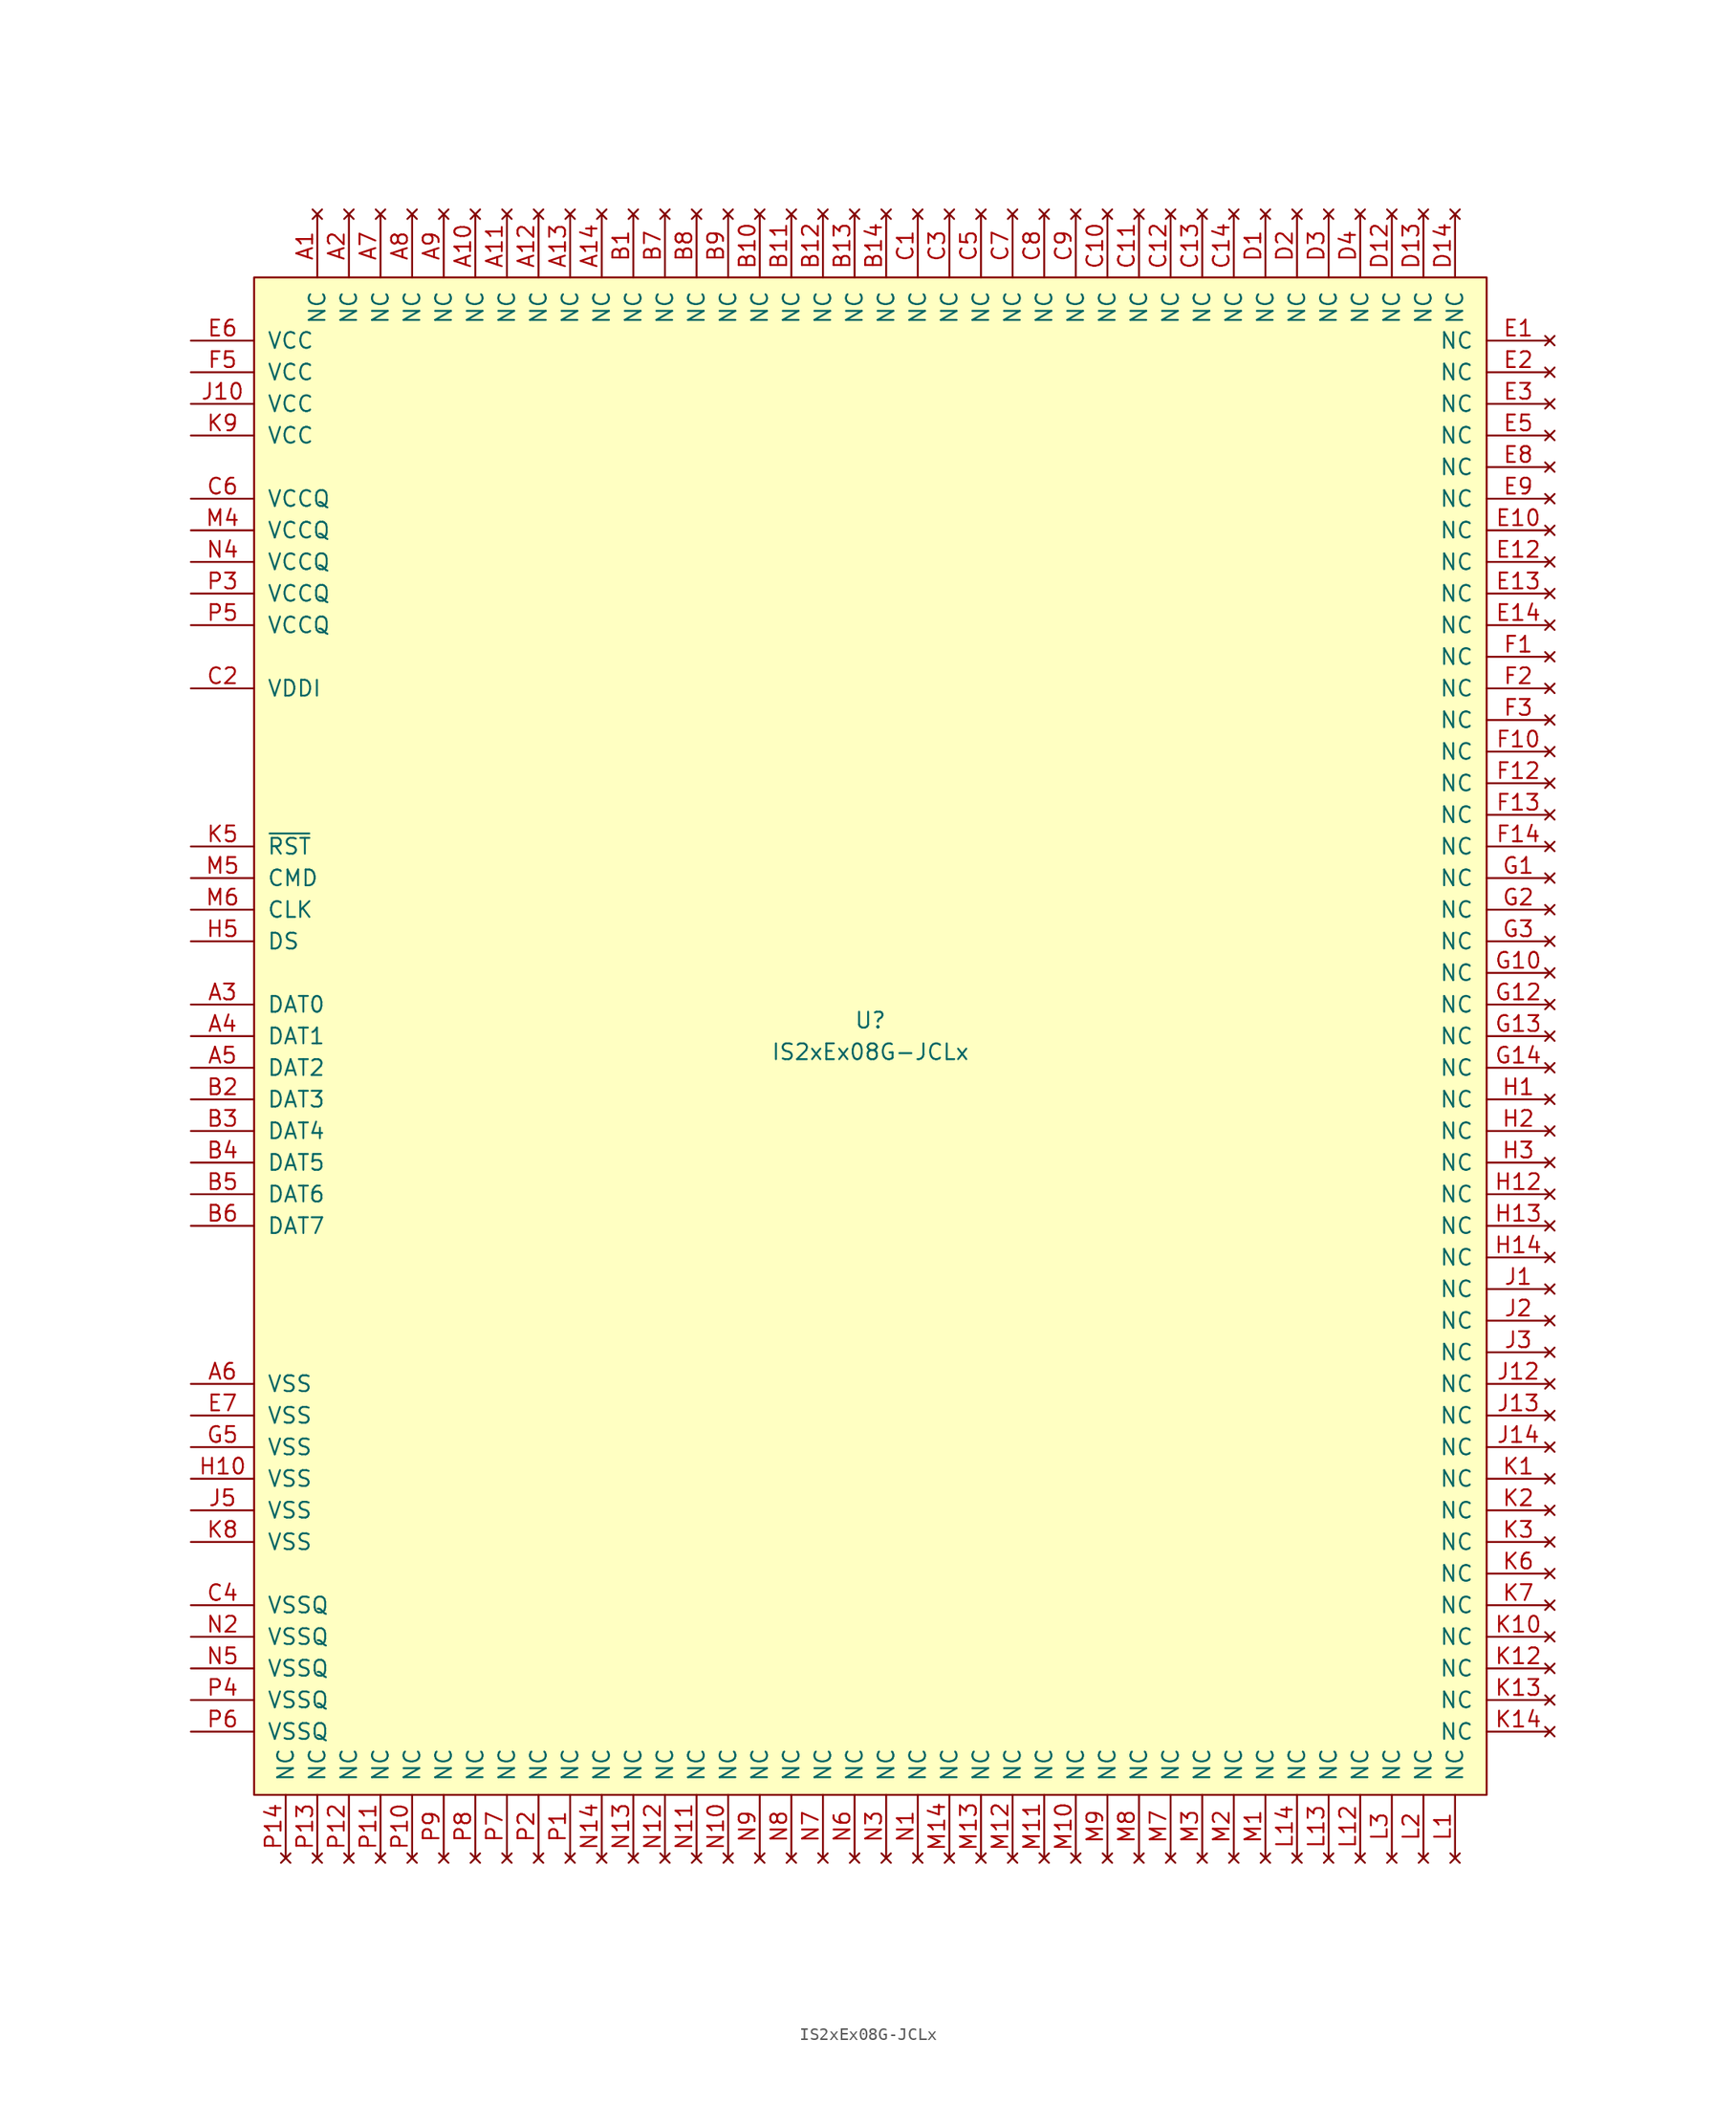
<source format=kicad_sym>
(kicad_symbol_lib
  (version 20211014)
  (generator kicad_symbol_editor)
  (symbol "IS2xEx08G-JCLx"
    (pin_names
      (offset 1.016))
    (property "Reference" "U"
      (at 0 1.27 0)
      (effects (font (size 1.27 1.27))))
    (property "Value" "IS2xEx08G-JCLx"
      (at 0 -1.27 0)
      (effects (font (size 1.27 1.27))))
    (symbol "IS2xEx08G-JCLx_0_1"
      (rectangle (start -49.53 60.96) (end 49.53 -60.96) (stroke (width 0) (type default) (color 0 0 0 0)) (fill (type background))))
    (symbol "IS2xEx08G-JCLx_1_1"
      (pin no_connect line (at -44.45 66.04 270) (length 5.08) (name "NC" (effects (font (size 1.27 1.27)))) (number "A1" (effects (font (size 1.27 1.27)))))
      (pin no_connect line (at -31.75 66.04 270) (length 5.08) (name "NC" (effects (font (size 1.27 1.27)))) (number "A10" (effects (font (size 1.27 1.27)))))
      (pin no_connect line (at -29.21 66.04 270) (length 5.08) (name "NC" (effects (font (size 1.27 1.27)))) (number "A11" (effects (font (size 1.27 1.27)))))
      (pin no_connect line (at -26.67 66.04 270) (length 5.08) (name "NC" (effects (font (size 1.27 1.27)))) (number "A12" (effects (font (size 1.27 1.27)))))
      (pin no_connect line (at -24.13 66.04 270) (length 5.08) (name "NC" (effects (font (size 1.27 1.27)))) (number "A13" (effects (font (size 1.27 1.27)))))
      (pin no_connect line (at -21.59 66.04 270) (length 5.08) (name "NC" (effects (font (size 1.27 1.27)))) (number "A14" (effects (font (size 1.27 1.27)))))
      (pin no_connect line (at -41.91 66.04 270) (length 5.08) (name "NC" (effects (font (size 1.27 1.27)))) (number "A2" (effects (font (size 1.27 1.27)))))
      (pin bidirectional line (at -54.61 2.54 0) (length 5.08) (name "DAT0" (effects (font (size 1.27 1.27)))) (number "A3" (effects (font (size 1.27 1.27)))))
      (pin bidirectional line (at -54.61 0 0) (length 5.08) (name "DAT1" (effects (font (size 1.27 1.27)))) (number "A4" (effects (font (size 1.27 1.27)))))
      (pin bidirectional line (at -54.61 -2.54 0) (length 5.08) (name "DAT2" (effects (font (size 1.27 1.27)))) (number "A5" (effects (font (size 1.27 1.27)))))
      (pin power_in line (at -54.61 -27.94 0) (length 5.08) (name "VSS" (effects (font (size 1.27 1.27)))) (number "A6" (effects (font (size 1.27 1.27)))))
      (pin no_connect line (at -39.37 66.04 270) (length 5.08) (name "NC" (effects (font (size 1.27 1.27)))) (number "A7" (effects (font (size 1.27 1.27)))))
      (pin no_connect line (at -36.83 66.04 270) (length 5.08) (name "NC" (effects (font (size 1.27 1.27)))) (number "A8" (effects (font (size 1.27 1.27)))))
      (pin no_connect line (at -34.29 66.04 270) (length 5.08) (name "NC" (effects (font (size 1.27 1.27)))) (number "A9" (effects (font (size 1.27 1.27)))))
      (pin no_connect line (at -19.05 66.04 270) (length 5.08) (name "NC" (effects (font (size 1.27 1.27)))) (number "B1" (effects (font (size 1.27 1.27)))))
      (pin no_connect line (at -8.89 66.04 270) (length 5.08) (name "NC" (effects (font (size 1.27 1.27)))) (number "B10" (effects (font (size 1.27 1.27)))))
      (pin no_connect line (at -6.35 66.04 270) (length 5.08) (name "NC" (effects (font (size 1.27 1.27)))) (number "B11" (effects (font (size 1.27 1.27)))))
      (pin no_connect line (at -3.81 66.04 270) (length 5.08) (name "NC" (effects (font (size 1.27 1.27)))) (number "B12" (effects (font (size 1.27 1.27)))))
      (pin no_connect line (at -1.27 66.04 270) (length 5.08) (name "NC" (effects (font (size 1.27 1.27)))) (number "B13" (effects (font (size 1.27 1.27)))))
      (pin no_connect line (at 1.27 66.04 270) (length 5.08) (name "NC" (effects (font (size 1.27 1.27)))) (number "B14" (effects (font (size 1.27 1.27)))))
      (pin bidirectional line (at -54.61 -5.08 0) (length 5.08) (name "DAT3" (effects (font (size 1.27 1.27)))) (number "B2" (effects (font (size 1.27 1.27)))))
      (pin bidirectional line (at -54.61 -7.62 0) (length 5.08) (name "DAT4" (effects (font (size 1.27 1.27)))) (number "B3" (effects (font (size 1.27 1.27)))))
      (pin bidirectional line (at -54.61 -10.16 0) (length 5.08) (name "DAT5" (effects (font (size 1.27 1.27)))) (number "B4" (effects (font (size 1.27 1.27)))))
      (pin bidirectional line (at -54.61 -12.7 0) (length 5.08) (name "DAT6" (effects (font (size 1.27 1.27)))) (number "B5" (effects (font (size 1.27 1.27)))))
      (pin bidirectional line (at -54.61 -15.24 0) (length 5.08) (name "DAT7" (effects (font (size 1.27 1.27)))) (number "B6" (effects (font (size 1.27 1.27)))))
      (pin no_connect line (at -16.51 66.04 270) (length 5.08) (name "NC" (effects (font (size 1.27 1.27)))) (number "B7" (effects (font (size 1.27 1.27)))))
      (pin no_connect line (at -13.97 66.04 270) (length 5.08) (name "NC" (effects (font (size 1.27 1.27)))) (number "B8" (effects (font (size 1.27 1.27)))))
      (pin no_connect line (at -11.43 66.04 270) (length 5.08) (name "NC" (effects (font (size 1.27 1.27)))) (number "B9" (effects (font (size 1.27 1.27)))))
      (pin no_connect line (at 3.81 66.04 270) (length 5.08) (name "NC" (effects (font (size 1.27 1.27)))) (number "C1" (effects (font (size 1.27 1.27)))))
      (pin no_connect line (at 19.05 66.04 270) (length 5.08) (name "NC" (effects (font (size 1.27 1.27)))) (number "C10" (effects (font (size 1.27 1.27)))))
      (pin no_connect line (at 21.59 66.04 270) (length 5.08) (name "NC" (effects (font (size 1.27 1.27)))) (number "C11" (effects (font (size 1.27 1.27)))))
      (pin no_connect line (at 24.13 66.04 270) (length 5.08) (name "NC" (effects (font (size 1.27 1.27)))) (number "C12" (effects (font (size 1.27 1.27)))))
      (pin no_connect line (at 26.67 66.04 270) (length 5.08) (name "NC" (effects (font (size 1.27 1.27)))) (number "C13" (effects (font (size 1.27 1.27)))))
      (pin no_connect line (at 29.21 66.04 270) (length 5.08) (name "NC" (effects (font (size 1.27 1.27)))) (number "C14" (effects (font (size 1.27 1.27)))))
      (pin power_out line (at -54.61 27.94 0) (length 5.08) (name "VDDI" (effects (font (size 1.27 1.27)))) (number "C2" (effects (font (size 1.27 1.27)))))
      (pin no_connect line (at 6.35 66.04 270) (length 5.08) (name "NC" (effects (font (size 1.27 1.27)))) (number "C3" (effects (font (size 1.27 1.27)))))
      (pin power_in line (at -54.61 -45.72 0) (length 5.08) (name "VSSQ" (effects (font (size 1.27 1.27)))) (number "C4" (effects (font (size 1.27 1.27)))))
      (pin no_connect line (at 8.89 66.04 270) (length 5.08) (name "NC" (effects (font (size 1.27 1.27)))) (number "C5" (effects (font (size 1.27 1.27)))))
      (pin power_in line (at -54.61 43.18 0) (length 5.08) (name "VCCQ" (effects (font (size 1.27 1.27)))) (number "C6" (effects (font (size 1.27 1.27)))))
      (pin no_connect line (at 11.43 66.04 270) (length 5.08) (name "NC" (effects (font (size 1.27 1.27)))) (number "C7" (effects (font (size 1.27 1.27)))))
      (pin no_connect line (at 13.97 66.04 270) (length 5.08) (name "NC" (effects (font (size 1.27 1.27)))) (number "C8" (effects (font (size 1.27 1.27)))))
      (pin no_connect line (at 16.51 66.04 270) (length 5.08) (name "NC" (effects (font (size 1.27 1.27)))) (number "C9" (effects (font (size 1.27 1.27)))))
      (pin no_connect line (at 31.75 66.04 270) (length 5.08) (name "NC" (effects (font (size 1.27 1.27)))) (number "D1" (effects (font (size 1.27 1.27)))))
      (pin no_connect line (at 41.91 66.04 270) (length 5.08) (name "NC" (effects (font (size 1.27 1.27)))) (number "D12" (effects (font (size 1.27 1.27)))))
      (pin no_connect line (at 44.45 66.04 270) (length 5.08) (name "NC" (effects (font (size 1.27 1.27)))) (number "D13" (effects (font (size 1.27 1.27)))))
      (pin no_connect line (at 46.99 66.04 270) (length 5.08) (name "NC" (effects (font (size 1.27 1.27)))) (number "D14" (effects (font (size 1.27 1.27)))))
      (pin no_connect line (at 34.29 66.04 270) (length 5.08) (name "NC" (effects (font (size 1.27 1.27)))) (number "D2" (effects (font (size 1.27 1.27)))))
      (pin no_connect line (at 36.83 66.04 270) (length 5.08) (name "NC" (effects (font (size 1.27 1.27)))) (number "D3" (effects (font (size 1.27 1.27)))))
      (pin no_connect line (at 39.37 66.04 270) (length 5.08) (name "NC" (effects (font (size 1.27 1.27)))) (number "D4" (effects (font (size 1.27 1.27)))))
      (pin no_connect line (at 54.61 55.88 180) (length 5.08) (name "NC" (effects (font (size 1.27 1.27)))) (number "E1" (effects (font (size 1.27 1.27)))))
      (pin no_connect line (at 54.61 40.64 180) (length 5.08) (name "NC" (effects (font (size 1.27 1.27)))) (number "E10" (effects (font (size 1.27 1.27)))))
      (pin no_connect line (at 54.61 38.1 180) (length 5.08) (name "NC" (effects (font (size 1.27 1.27)))) (number "E12" (effects (font (size 1.27 1.27)))))
      (pin no_connect line (at 54.61 35.56 180) (length 5.08) (name "NC" (effects (font (size 1.27 1.27)))) (number "E13" (effects (font (size 1.27 1.27)))))
      (pin no_connect line (at 54.61 33.02 180) (length 5.08) (name "NC" (effects (font (size 1.27 1.27)))) (number "E14" (effects (font (size 1.27 1.27)))))
      (pin no_connect line (at 54.61 53.34 180) (length 5.08) (name "NC" (effects (font (size 1.27 1.27)))) (number "E2" (effects (font (size 1.27 1.27)))))
      (pin no_connect line (at 54.61 50.8 180) (length 5.08) (name "NC" (effects (font (size 1.27 1.27)))) (number "E3" (effects (font (size 1.27 1.27)))))
      (pin no_connect line (at 54.61 48.26 180) (length 5.08) (name "NC" (effects (font (size 1.27 1.27)))) (number "E5" (effects (font (size 1.27 1.27)))))
      (pin power_in line (at -54.61 55.88 0) (length 5.08) (name "VCC" (effects (font (size 1.27 1.27)))) (number "E6" (effects (font (size 1.27 1.27)))))
      (pin power_in line (at -54.61 -30.48 0) (length 5.08) (name "VSS" (effects (font (size 1.27 1.27)))) (number "E7" (effects (font (size 1.27 1.27)))))
      (pin no_connect line (at 54.61 45.72 180) (length 5.08) (name "NC" (effects (font (size 1.27 1.27)))) (number "E8" (effects (font (size 1.27 1.27)))))
      (pin no_connect line (at 54.61 43.18 180) (length 5.08) (name "NC" (effects (font (size 1.27 1.27)))) (number "E9" (effects (font (size 1.27 1.27)))))
      (pin no_connect line (at 54.61 30.48 180) (length 5.08) (name "NC" (effects (font (size 1.27 1.27)))) (number "F1" (effects (font (size 1.27 1.27)))))
      (pin no_connect line (at 54.61 22.86 180) (length 5.08) (name "NC" (effects (font (size 1.27 1.27)))) (number "F10" (effects (font (size 1.27 1.27)))))
      (pin no_connect line (at 54.61 20.32 180) (length 5.08) (name "NC" (effects (font (size 1.27 1.27)))) (number "F12" (effects (font (size 1.27 1.27)))))
      (pin no_connect line (at 54.61 17.78 180) (length 5.08) (name "NC" (effects (font (size 1.27 1.27)))) (number "F13" (effects (font (size 1.27 1.27)))))
      (pin no_connect line (at 54.61 15.24 180) (length 5.08) (name "NC" (effects (font (size 1.27 1.27)))) (number "F14" (effects (font (size 1.27 1.27)))))
      (pin no_connect line (at 54.61 27.94 180) (length 5.08) (name "NC" (effects (font (size 1.27 1.27)))) (number "F2" (effects (font (size 1.27 1.27)))))
      (pin no_connect line (at 54.61 25.4 180) (length 5.08) (name "NC" (effects (font (size 1.27 1.27)))) (number "F3" (effects (font (size 1.27 1.27)))))
      (pin power_in line (at -54.61 53.34 0) (length 5.08) (name "VCC" (effects (font (size 1.27 1.27)))) (number "F5" (effects (font (size 1.27 1.27)))))
      (pin no_connect line (at 54.61 12.7 180) (length 5.08) (name "NC" (effects (font (size 1.27 1.27)))) (number "G1" (effects (font (size 1.27 1.27)))))
      (pin no_connect line (at 54.61 5.08 180) (length 5.08) (name "NC" (effects (font (size 1.27 1.27)))) (number "G10" (effects (font (size 1.27 1.27)))))
      (pin no_connect line (at 54.61 2.54 180) (length 5.08) (name "NC" (effects (font (size 1.27 1.27)))) (number "G12" (effects (font (size 1.27 1.27)))))
      (pin no_connect line (at 54.61 0 180) (length 5.08) (name "NC" (effects (font (size 1.27 1.27)))) (number "G13" (effects (font (size 1.27 1.27)))))
      (pin no_connect line (at 54.61 -2.54 180) (length 5.08) (name "NC" (effects (font (size 1.27 1.27)))) (number "G14" (effects (font (size 1.27 1.27)))))
      (pin no_connect line (at 54.61 10.16 180) (length 5.08) (name "NC" (effects (font (size 1.27 1.27)))) (number "G2" (effects (font (size 1.27 1.27)))))
      (pin no_connect line (at 54.61 7.62 180) (length 5.08) (name "NC" (effects (font (size 1.27 1.27)))) (number "G3" (effects (font (size 1.27 1.27)))))
      (pin power_in line (at -54.61 -33.02 0) (length 5.08) (name "VSS" (effects (font (size 1.27 1.27)))) (number "G5" (effects (font (size 1.27 1.27)))))
      (pin no_connect line (at 54.61 -5.08 180) (length 5.08) (name "NC" (effects (font (size 1.27 1.27)))) (number "H1" (effects (font (size 1.27 1.27)))))
      (pin power_in line (at -54.61 -35.56 0) (length 5.08) (name "VSS" (effects (font (size 1.27 1.27)))) (number "H10" (effects (font (size 1.27 1.27)))))
      (pin no_connect line (at 54.61 -12.7 180) (length 5.08) (name "NC" (effects (font (size 1.27 1.27)))) (number "H12" (effects (font (size 1.27 1.27)))))
      (pin no_connect line (at 54.61 -15.24 180) (length 5.08) (name "NC" (effects (font (size 1.27 1.27)))) (number "H13" (effects (font (size 1.27 1.27)))))
      (pin no_connect line (at 54.61 -17.78 180) (length 5.08) (name "NC" (effects (font (size 1.27 1.27)))) (number "H14" (effects (font (size 1.27 1.27)))))
      (pin no_connect line (at 54.61 -7.62 180) (length 5.08) (name "NC" (effects (font (size 1.27 1.27)))) (number "H2" (effects (font (size 1.27 1.27)))))
      (pin no_connect line (at 54.61 -10.16 180) (length 5.08) (name "NC" (effects (font (size 1.27 1.27)))) (number "H3" (effects (font (size 1.27 1.27)))))
      (pin output line (at -54.61 7.62 0) (length 5.08) (name "DS" (effects (font (size 1.27 1.27)))) (number "H5" (effects (font (size 1.27 1.27)))))
      (pin no_connect line (at 54.61 -20.32 180) (length 5.08) (name "NC" (effects (font (size 1.27 1.27)))) (number "J1" (effects (font (size 1.27 1.27)))))
      (pin power_in line (at -54.61 50.8 0) (length 5.08) (name "VCC" (effects (font (size 1.27 1.27)))) (number "J10" (effects (font (size 1.27 1.27)))))
      (pin no_connect line (at 54.61 -27.94 180) (length 5.08) (name "NC" (effects (font (size 1.27 1.27)))) (number "J12" (effects (font (size 1.27 1.27)))))
      (pin no_connect line (at 54.61 -30.48 180) (length 5.08) (name "NC" (effects (font (size 1.27 1.27)))) (number "J13" (effects (font (size 1.27 1.27)))))
      (pin no_connect line (at 54.61 -33.02 180) (length 5.08) (name "NC" (effects (font (size 1.27 1.27)))) (number "J14" (effects (font (size 1.27 1.27)))))
      (pin no_connect line (at 54.61 -22.86 180) (length 5.08) (name "NC" (effects (font (size 1.27 1.27)))) (number "J2" (effects (font (size 1.27 1.27)))))
      (pin no_connect line (at 54.61 -25.4 180) (length 5.08) (name "NC" (effects (font (size 1.27 1.27)))) (number "J3" (effects (font (size 1.27 1.27)))))
      (pin power_in line (at -54.61 -38.1 0) (length 5.08) (name "VSS" (effects (font (size 1.27 1.27)))) (number "J5" (effects (font (size 1.27 1.27)))))
      (pin no_connect line (at 54.61 -35.56 180) (length 5.08) (name "NC" (effects (font (size 1.27 1.27)))) (number "K1" (effects (font (size 1.27 1.27)))))
      (pin no_connect line (at 54.61 -48.26 180) (length 5.08) (name "NC" (effects (font (size 1.27 1.27)))) (number "K10" (effects (font (size 1.27 1.27)))))
      (pin no_connect line (at 54.61 -50.8 180) (length 5.08) (name "NC" (effects (font (size 1.27 1.27)))) (number "K12" (effects (font (size 1.27 1.27)))))
      (pin no_connect line (at 54.61 -53.34 180) (length 5.08) (name "NC" (effects (font (size 1.27 1.27)))) (number "K13" (effects (font (size 1.27 1.27)))))
      (pin no_connect line (at 54.61 -55.88 180) (length 5.08) (name "NC" (effects (font (size 1.27 1.27)))) (number "K14" (effects (font (size 1.27 1.27)))))
      (pin no_connect line (at 54.61 -38.1 180) (length 5.08) (name "NC" (effects (font (size 1.27 1.27)))) (number "K2" (effects (font (size 1.27 1.27)))))
      (pin no_connect line (at 54.61 -40.64 180) (length 5.08) (name "NC" (effects (font (size 1.27 1.27)))) (number "K3" (effects (font (size 1.27 1.27)))))
      (pin input line (at -54.61 15.24 0) (length 5.08) (name "~{RST}" (effects (font (size 1.27 1.27)))) (number "K5" (effects (font (size 1.27 1.27)))))
      (pin no_connect line (at 54.61 -43.18 180) (length 5.08) (name "NC" (effects (font (size 1.27 1.27)))) (number "K6" (effects (font (size 1.27 1.27)))))
      (pin no_connect line (at 54.61 -45.72 180) (length 5.08) (name "NC" (effects (font (size 1.27 1.27)))) (number "K7" (effects (font (size 1.27 1.27)))))
      (pin power_in line (at -54.61 -40.64 0) (length 5.08) (name "VSS" (effects (font (size 1.27 1.27)))) (number "K8" (effects (font (size 1.27 1.27)))))
      (pin power_in line (at -54.61 48.26 0) (length 5.08) (name "VCC" (effects (font (size 1.27 1.27)))) (number "K9" (effects (font (size 1.27 1.27)))))
      (pin no_connect line (at 46.99 -66.04 90) (length 5.08) (name "NC" (effects (font (size 1.27 1.27)))) (number "L1" (effects (font (size 1.27 1.27)))))
      (pin no_connect line (at 39.37 -66.04 90) (length 5.08) (name "NC" (effects (font (size 1.27 1.27)))) (number "L12" (effects (font (size 1.27 1.27)))))
      (pin no_connect line (at 36.83 -66.04 90) (length 5.08) (name "NC" (effects (font (size 1.27 1.27)))) (number "L13" (effects (font (size 1.27 1.27)))))
      (pin no_connect line (at 34.29 -66.04 90) (length 5.08) (name "NC" (effects (font (size 1.27 1.27)))) (number "L14" (effects (font (size 1.27 1.27)))))
      (pin no_connect line (at 44.45 -66.04 90) (length 5.08) (name "NC" (effects (font (size 1.27 1.27)))) (number "L2" (effects (font (size 1.27 1.27)))))
      (pin no_connect line (at 41.91 -66.04 90) (length 5.08) (name "NC" (effects (font (size 1.27 1.27)))) (number "L3" (effects (font (size 1.27 1.27)))))
      (pin no_connect line (at 31.75 -66.04 90) (length 5.08) (name "NC" (effects (font (size 1.27 1.27)))) (number "M1" (effects (font (size 1.27 1.27)))))
      (pin no_connect line (at 16.51 -66.04 90) (length 5.08) (name "NC" (effects (font (size 1.27 1.27)))) (number "M10" (effects (font (size 1.27 1.27)))))
      (pin no_connect line (at 13.97 -66.04 90) (length 5.08) (name "NC" (effects (font (size 1.27 1.27)))) (number "M11" (effects (font (size 1.27 1.27)))))
      (pin no_connect line (at 11.43 -66.04 90) (length 5.08) (name "NC" (effects (font (size 1.27 1.27)))) (number "M12" (effects (font (size 1.27 1.27)))))
      (pin no_connect line (at 8.89 -66.04 90) (length 5.08) (name "NC" (effects (font (size 1.27 1.27)))) (number "M13" (effects (font (size 1.27 1.27)))))
      (pin no_connect line (at 6.35 -66.04 90) (length 5.08) (name "NC" (effects (font (size 1.27 1.27)))) (number "M14" (effects (font (size 1.27 1.27)))))
      (pin no_connect line (at 29.21 -66.04 90) (length 5.08) (name "NC" (effects (font (size 1.27 1.27)))) (number "M2" (effects (font (size 1.27 1.27)))))
      (pin no_connect line (at 26.67 -66.04 90) (length 5.08) (name "NC" (effects (font (size 1.27 1.27)))) (number "M3" (effects (font (size 1.27 1.27)))))
      (pin power_in line (at -54.61 40.64 0) (length 5.08) (name "VCCQ" (effects (font (size 1.27 1.27)))) (number "M4" (effects (font (size 1.27 1.27)))))
      (pin bidirectional line (at -54.61 12.7 0) (length 5.08) (name "CMD" (effects (font (size 1.27 1.27)))) (number "M5" (effects (font (size 1.27 1.27)))))
      (pin input line (at -54.61 10.16 0) (length 5.08) (name "CLK" (effects (font (size 1.27 1.27)))) (number "M6" (effects (font (size 1.27 1.27)))))
      (pin no_connect line (at 24.13 -66.04 90) (length 5.08) (name "NC" (effects (font (size 1.27 1.27)))) (number "M7" (effects (font (size 1.27 1.27)))))
      (pin no_connect line (at 21.59 -66.04 90) (length 5.08) (name "NC" (effects (font (size 1.27 1.27)))) (number "M8" (effects (font (size 1.27 1.27)))))
      (pin no_connect line (at 19.05 -66.04 90) (length 5.08) (name "NC" (effects (font (size 1.27 1.27)))) (number "M9" (effects (font (size 1.27 1.27)))))
      (pin no_connect line (at 3.81 -66.04 90) (length 5.08) (name "NC" (effects (font (size 1.27 1.27)))) (number "N1" (effects (font (size 1.27 1.27)))))
      (pin no_connect line (at -11.43 -66.04 90) (length 5.08) (name "NC" (effects (font (size 1.27 1.27)))) (number "N10" (effects (font (size 1.27 1.27)))))
      (pin no_connect line (at -13.97 -66.04 90) (length 5.08) (name "NC" (effects (font (size 1.27 1.27)))) (number "N11" (effects (font (size 1.27 1.27)))))
      (pin no_connect line (at -16.51 -66.04 90) (length 5.08) (name "NC" (effects (font (size 1.27 1.27)))) (number "N12" (effects (font (size 1.27 1.27)))))
      (pin no_connect line (at -19.05 -66.04 90) (length 5.08) (name "NC" (effects (font (size 1.27 1.27)))) (number "N13" (effects (font (size 1.27 1.27)))))
      (pin no_connect line (at -21.59 -66.04 90) (length 5.08) (name "NC" (effects (font (size 1.27 1.27)))) (number "N14" (effects (font (size 1.27 1.27)))))
      (pin power_in line (at -54.61 -48.26 0) (length 5.08) (name "VSSQ" (effects (font (size 1.27 1.27)))) (number "N2" (effects (font (size 1.27 1.27)))))
      (pin no_connect line (at 1.27 -66.04 90) (length 5.08) (name "NC" (effects (font (size 1.27 1.27)))) (number "N3" (effects (font (size 1.27 1.27)))))
      (pin power_in line (at -54.61 38.1 0) (length 5.08) (name "VCCQ" (effects (font (size 1.27 1.27)))) (number "N4" (effects (font (size 1.27 1.27)))))
      (pin power_in line (at -54.61 -50.8 0) (length 5.08) (name "VSSQ" (effects (font (size 1.27 1.27)))) (number "N5" (effects (font (size 1.27 1.27)))))
      (pin no_connect line (at -1.27 -66.04 90) (length 5.08) (name "NC" (effects (font (size 1.27 1.27)))) (number "N6" (effects (font (size 1.27 1.27)))))
      (pin no_connect line (at -3.81 -66.04 90) (length 5.08) (name "NC" (effects (font (size 1.27 1.27)))) (number "N7" (effects (font (size 1.27 1.27)))))
      (pin no_connect line (at -6.35 -66.04 90) (length 5.08) (name "NC" (effects (font (size 1.27 1.27)))) (number "N8" (effects (font (size 1.27 1.27)))))
      (pin no_connect line (at -8.89 -66.04 90) (length 5.08) (name "NC" (effects (font (size 1.27 1.27)))) (number "N9" (effects (font (size 1.27 1.27)))))
      (pin no_connect line (at -24.13 -66.04 90) (length 5.08) (name "NC" (effects (font (size 1.27 1.27)))) (number "P1" (effects (font (size 1.27 1.27)))))
      (pin no_connect line (at -36.83 -66.04 90) (length 5.08) (name "NC" (effects (font (size 1.27 1.27)))) (number "P10" (effects (font (size 1.27 1.27)))))
      (pin no_connect line (at -39.37 -66.04 90) (length 5.08) (name "NC" (effects (font (size 1.27 1.27)))) (number "P11" (effects (font (size 1.27 1.27)))))
      (pin no_connect line (at -41.91 -66.04 90) (length 5.08) (name "NC" (effects (font (size 1.27 1.27)))) (number "P12" (effects (font (size 1.27 1.27)))))
      (pin no_connect line (at -44.45 -66.04 90) (length 5.08) (name "NC" (effects (font (size 1.27 1.27)))) (number "P13" (effects (font (size 1.27 1.27)))))
      (pin no_connect line (at -46.99 -66.04 90) (length 5.08) (name "NC" (effects (font (size 1.27 1.27)))) (number "P14" (effects (font (size 1.27 1.27)))))
      (pin no_connect line (at -26.67 -66.04 90) (length 5.08) (name "NC" (effects (font (size 1.27 1.27)))) (number "P2" (effects (font (size 1.27 1.27)))))
      (pin power_in line (at -54.61 35.56 0) (length 5.08) (name "VCCQ" (effects (font (size 1.27 1.27)))) (number "P3" (effects (font (size 1.27 1.27)))))
      (pin power_in line (at -54.61 -53.34 0) (length 5.08) (name "VSSQ" (effects (font (size 1.27 1.27)))) (number "P4" (effects (font (size 1.27 1.27)))))
      (pin power_in line (at -54.61 33.02 0) (length 5.08) (name "VCCQ" (effects (font (size 1.27 1.27)))) (number "P5" (effects (font (size 1.27 1.27)))))
      (pin power_in line (at -54.61 -55.88 0) (length 5.08) (name "VSSQ" (effects (font (size 1.27 1.27)))) (number "P6" (effects (font (size 1.27 1.27)))))
      (pin no_connect line (at -29.21 -66.04 90) (length 5.08) (name "NC" (effects (font (size 1.27 1.27)))) (number "P7" (effects (font (size 1.27 1.27)))))
      (pin no_connect line (at -31.75 -66.04 90) (length 5.08) (name "NC" (effects (font (size 1.27 1.27)))) (number "P8" (effects (font (size 1.27 1.27)))))
      (pin no_connect line (at -34.29 -66.04 90) (length 5.08) (name "NC" (effects (font (size 1.27 1.27)))) (number "P9" (effects (font (size 1.27 1.27))))))))
</source>
